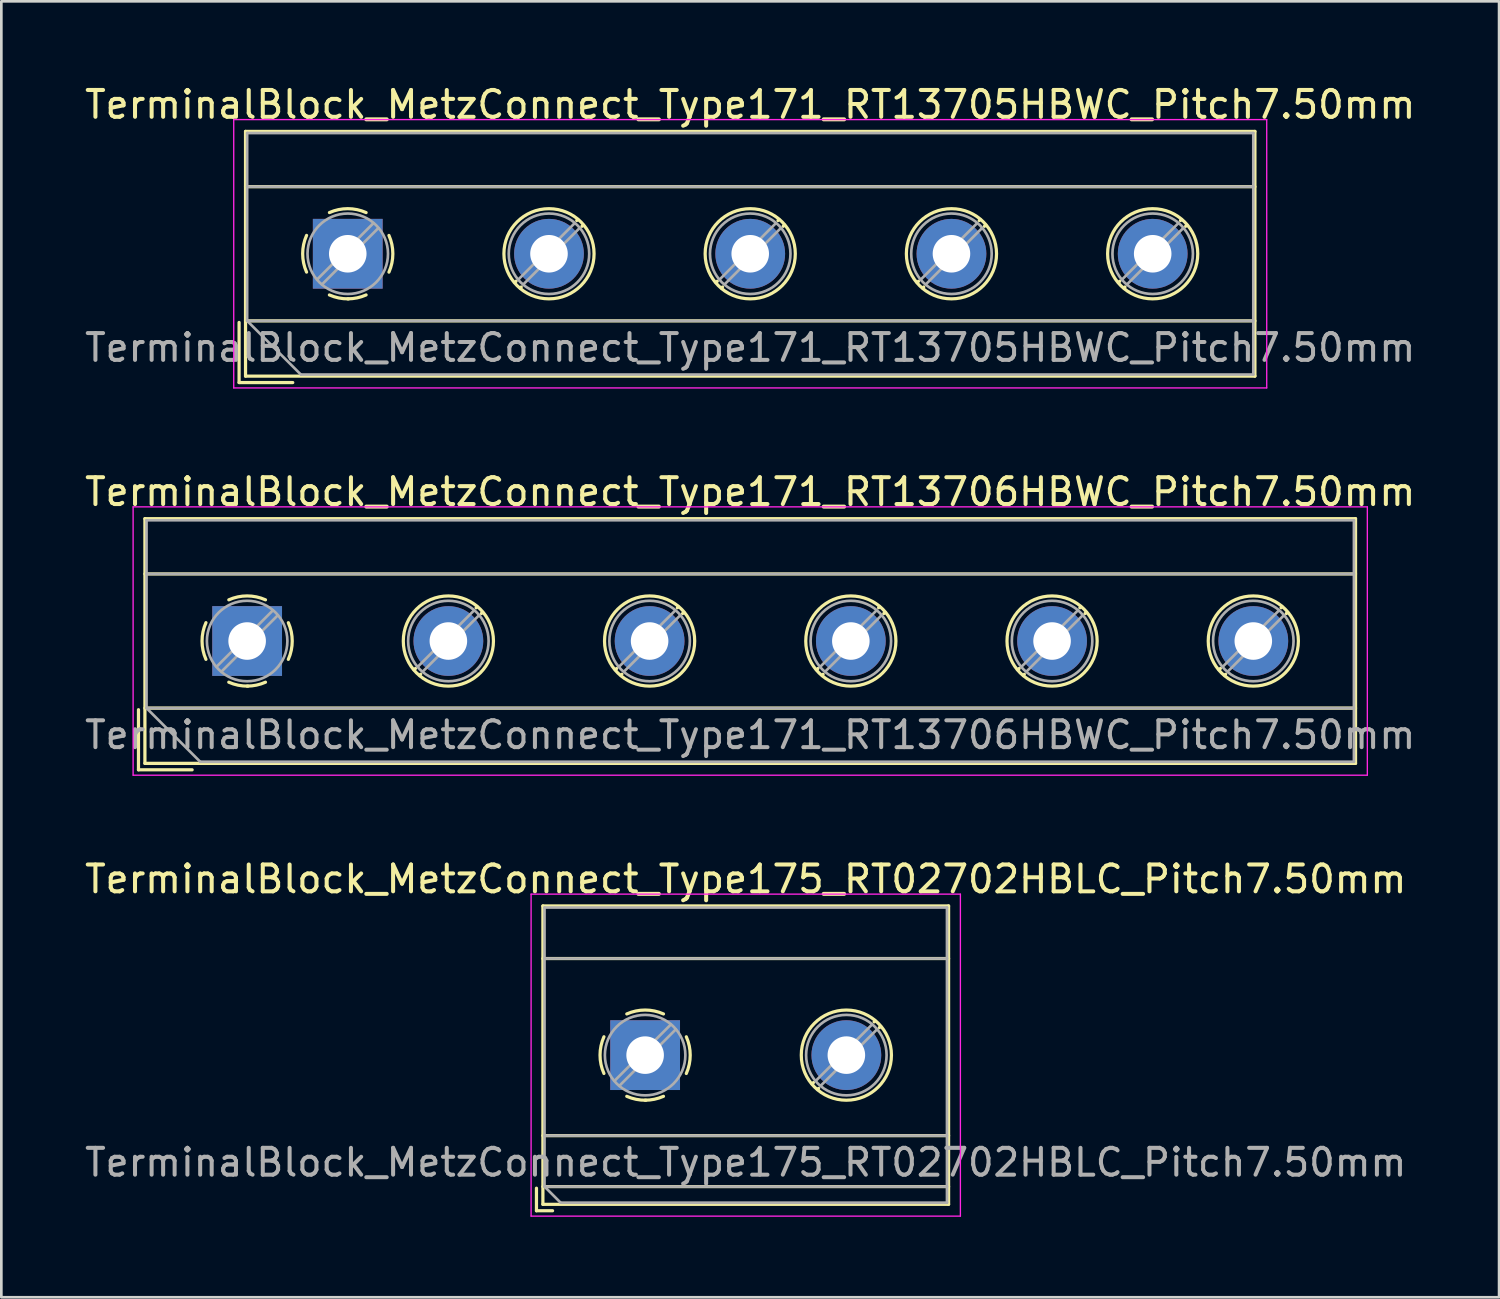
<source format=kicad_pcb>
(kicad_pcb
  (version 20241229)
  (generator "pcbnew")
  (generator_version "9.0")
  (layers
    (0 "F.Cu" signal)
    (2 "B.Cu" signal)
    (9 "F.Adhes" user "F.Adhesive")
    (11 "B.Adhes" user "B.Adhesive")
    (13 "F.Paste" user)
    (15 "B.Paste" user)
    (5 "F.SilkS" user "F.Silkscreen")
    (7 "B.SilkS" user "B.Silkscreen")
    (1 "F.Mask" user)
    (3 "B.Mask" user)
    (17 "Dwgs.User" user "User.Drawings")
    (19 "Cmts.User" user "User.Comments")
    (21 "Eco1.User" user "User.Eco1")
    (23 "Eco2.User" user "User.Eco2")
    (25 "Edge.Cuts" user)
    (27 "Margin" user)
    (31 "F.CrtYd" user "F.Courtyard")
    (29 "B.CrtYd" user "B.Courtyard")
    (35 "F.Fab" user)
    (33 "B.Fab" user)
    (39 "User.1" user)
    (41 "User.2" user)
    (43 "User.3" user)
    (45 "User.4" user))
  (footprint "TerminalBlock_MetzConnect_Type171_RT13706HBWC_Pitch7.50mm"
    (layer "F.Cu")
    (at 6.161 20.841)
    (property "Reference" "TerminalBlock_MetzConnect_Type171_RT13706HBWC_Pitch7.50mm" (at 18.75 -5.56 0) (layer "F.SilkS") (effects (font (size 1 1) (thickness 0.15))))
    (attr through_hole)
    (fp_line (start -4.05 2.56) (end -4.05 4.8) (stroke (width 0.12) (type solid)) (layer "F.SilkS"))
    (fp_line (start -4.05 4.8) (end -2.05 4.8) (stroke (width 0.12) (type solid)) (layer "F.SilkS"))
    (fp_line (start -3.81 -4.56) (end -3.81 4.56) (stroke (width 0.12) (type solid)) (layer "F.SilkS"))
    (fp_line (start -3.81 -2.5) (end 41.31 -2.5) (stroke (width 0.12) (type solid)) (layer "F.SilkS"))
    (fp_line (start -3.81 2.5) (end 41.31 2.5) (stroke (width 0.12) (type solid)) (layer "F.SilkS"))
    (fp_line (start -3.81 4.56) (end 41.31 4.56) (stroke (width 0.12) (type solid)) (layer "F.SilkS"))
    (fp_line (start 6.273 1.023) (end 6.226 1.069) (stroke (width 0.12) (type solid)) (layer "F.SilkS"))
    (fp_line (start 6.466 1.239) (end 6.431 1.274) (stroke (width 0.12) (type solid)) (layer "F.SilkS"))
    (fp_line (start 8.57 -1.275) (end 8.535 -1.239) (stroke (width 0.12) (type solid)) (layer "F.SilkS"))
    (fp_line (start 8.775 -1.069) (end 8.728 -1.023) (stroke (width 0.12) (type solid)) (layer "F.SilkS"))
    (fp_line (start 13.773 1.023) (end 13.726 1.069) (stroke (width 0.12) (type solid)) (layer "F.SilkS"))
    (fp_line (start 13.966 1.239) (end 13.931 1.274) (stroke (width 0.12) (type solid)) (layer "F.SilkS"))
    (fp_line (start 16.07 -1.275) (end 16.035 -1.239) (stroke (width 0.12) (type solid)) (layer "F.SilkS"))
    (fp_line (start 16.275 -1.069) (end 16.228 -1.023) (stroke (width 0.12) (type solid)) (layer "F.SilkS"))
    (fp_line (start 21.273 1.023) (end 21.226 1.069) (stroke (width 0.12) (type solid)) (layer "F.SilkS"))
    (fp_line (start 21.466 1.239) (end 21.431 1.274) (stroke (width 0.12) (type solid)) (layer "F.SilkS"))
    (fp_line (start 23.57 -1.275) (end 23.535 -1.239) (stroke (width 0.12) (type solid)) (layer "F.SilkS"))
    (fp_line (start 23.775 -1.069) (end 23.728 -1.023) (stroke (width 0.12) (type solid)) (layer "F.SilkS"))
    (fp_line (start 28.773 1.023) (end 28.726 1.069) (stroke (width 0.12) (type solid)) (layer "F.SilkS"))
    (fp_line (start 28.966 1.239) (end 28.931 1.274) (stroke (width 0.12) (type solid)) (layer "F.SilkS"))
    (fp_line (start 31.07 -1.275) (end 31.035 -1.239) (stroke (width 0.12) (type solid)) (layer "F.SilkS"))
    (fp_line (start 31.275 -1.069) (end 31.228 -1.023) (stroke (width 0.12) (type solid)) (layer "F.SilkS"))
    (fp_line (start 36.273 1.023) (end 36.226 1.069) (stroke (width 0.12) (type solid)) (layer "F.SilkS"))
    (fp_line (start 36.466 1.239) (end 36.431 1.274) (stroke (width 0.12) (type solid)) (layer "F.SilkS"))
    (fp_line (start 38.57 -1.275) (end 38.535 -1.239) (stroke (width 0.12) (type solid)) (layer "F.SilkS"))
    (fp_line (start 38.775 -1.069) (end 38.728 -1.023) (stroke (width 0.12) (type solid)) (layer "F.SilkS"))
    (fp_line (start 41.31 -4.56) (end -3.81 -4.56) (stroke (width 0.12) (type solid)) (layer "F.SilkS"))
    (fp_line (start 41.31 4.56) (end 41.31 -4.56) (stroke (width 0.12) (type solid)) (layer "F.SilkS"))
    (fp_arc (start -1.535427 0.683042) (mid -1.680501 -0.000524) (end -1.535 -0.684) (stroke (width 0.12) (type solid)) (layer "F.SilkS"))
    (fp_arc (start -0.683042 -1.535427) (mid 0.000524 -1.680501) (end 0.684 -1.535) (stroke (width 0.12) (type solid)) (layer "F.SilkS"))
    (fp_arc (start 0.028805 1.680253) (mid -0.335551 1.646659) (end -0.684 1.535) (stroke (width 0.12) (type solid)) (layer "F.SilkS"))
    (fp_arc (start 0.683318 1.534756) (mid 0.349292 1.643288) (end 0 1.68) (stroke (width 0.12) (type solid)) (layer "F.SilkS"))
    (fp_arc (start 1.535427 -0.683042) (mid 1.680501 0.000524) (end 1.535 0.684) (stroke (width 0.12) (type solid)) (layer "F.SilkS"))
    (fp_circle (center 7.5 0) (end 9.18 0) (stroke (width 0.12) (type solid)) (fill no) (layer "F.SilkS"))
    (fp_circle (center 15 0) (end 16.68 0) (stroke (width 0.12) (type solid)) (fill no) (layer "F.SilkS"))
    (fp_circle (center 22.5 0) (end 24.18 0) (stroke (width 0.12) (type solid)) (fill no) (layer "F.SilkS"))
    (fp_circle (center 30 0) (end 31.68 0) (stroke (width 0.12) (type solid)) (fill no) (layer "F.SilkS"))
    (fp_circle (center 37.5 0) (end 39.18 0) (stroke (width 0.12) (type solid)) (fill no) (layer "F.SilkS"))
    (fp_line (start -4.25 -5) (end -4.25 5) (stroke (width 0.05) (type solid)) (layer "F.CrtYd"))
    (fp_line (start -4.25 5) (end 41.75 5) (stroke (width 0.05) (type solid)) (layer "F.CrtYd"))
    (fp_line (start 41.75 -5) (end -4.25 -5) (stroke (width 0.05) (type solid)) (layer "F.CrtYd"))
    (fp_line (start 41.75 5) (end 41.75 -5) (stroke (width 0.05) (type solid)) (layer "F.CrtYd"))
    (fp_line (start -3.75 -4.5) (end 41.25 -4.5) (stroke (width 0.1) (type solid)) (layer "F.Fab"))
    (fp_line (start -3.75 -2.5) (end 41.25 -2.5) (stroke (width 0.1) (type solid)) (layer "F.Fab"))
    (fp_line (start -3.75 2.5) (end -3.75 -4.5) (stroke (width 0.1) (type solid)) (layer "F.Fab"))
    (fp_line (start -3.75 2.5) (end 41.25 2.5) (stroke (width 0.1) (type solid)) (layer "F.Fab"))
    (fp_line (start -1.75 4.5) (end -3.75 2.5) (stroke (width 0.1) (type solid)) (layer "F.Fab"))
    (fp_line (start 0.955 -1.138) (end -1.138 0.955) (stroke (width 0.1) (type solid)) (layer "F.Fab"))
    (fp_line (start 1.138 -0.955) (end -0.955 1.138) (stroke (width 0.1) (type solid)) (layer "F.Fab"))
    (fp_line (start 8.455 -1.138) (end 6.363 0.955) (stroke (width 0.1) (type solid)) (layer "F.Fab"))
    (fp_line (start 8.638 -0.955) (end 6.546 1.138) (stroke (width 0.1) (type solid)) (layer "F.Fab"))
    (fp_line (start 15.955 -1.138) (end 13.863 0.955) (stroke (width 0.1) (type solid)) (layer "F.Fab"))
    (fp_line (start 16.138 -0.955) (end 14.046 1.138) (stroke (width 0.1) (type solid)) (layer "F.Fab"))
    (fp_line (start 23.455 -1.138) (end 21.363 0.955) (stroke (width 0.1) (type solid)) (layer "F.Fab"))
    (fp_line (start 23.638 -0.955) (end 21.546 1.138) (stroke (width 0.1) (type solid)) (layer "F.Fab"))
    (fp_line (start 30.955 -1.138) (end 28.863 0.955) (stroke (width 0.1) (type solid)) (layer "F.Fab"))
    (fp_line (start 31.138 -0.955) (end 29.046 1.138) (stroke (width 0.1) (type solid)) (layer "F.Fab"))
    (fp_line (start 38.455 -1.138) (end 36.363 0.955) (stroke (width 0.1) (type solid)) (layer "F.Fab"))
    (fp_line (start 38.638 -0.955) (end 36.546 1.138) (stroke (width 0.1) (type solid)) (layer "F.Fab"))
    (fp_line (start 41.25 -4.5) (end 41.25 4.5) (stroke (width 0.1) (type solid)) (layer "F.Fab"))
    (fp_line (start 41.25 4.5) (end -1.75 4.5) (stroke (width 0.1) (type solid)) (layer "F.Fab"))
    (fp_circle (center 0 0) (end 1.5 0) (stroke (width 0.1) (type solid)) (fill no) (layer "F.Fab"))
    (fp_circle (center 7.5 0) (end 9 0) (stroke (width 0.1) (type solid)) (fill no) (layer "F.Fab"))
    (fp_circle (center 15 0) (end 16.5 0) (stroke (width 0.1) (type solid)) (fill no) (layer "F.Fab"))
    (fp_circle (center 22.5 0) (end 24 0) (stroke (width 0.1) (type solid)) (fill no) (layer "F.Fab"))
    (fp_circle (center 30 0) (end 31.5 0) (stroke (width 0.1) (type solid)) (fill no) (layer "F.Fab"))
    (fp_circle (center 37.5 0) (end 39 0) (stroke (width 0.1) (type solid)) (fill no) (layer "F.Fab"))
    (fp_text user "${REFERENCE}" (at 18.75 3.5 0) (layer "F.Fab") (effects (font (size 1 1) (thickness 0.15))))
    (pad "1" thru_hole rect (at 0 0) (size 2.6 2.6) (drill 1.4) (layers "*.Cu" "*.Mask"))
    (pad "2" thru_hole circle (at 7.5 0) (size 2.6 2.6) (drill 1.4) (layers "*.Cu" "*.Mask"))
    (pad "3" thru_hole circle (at 15 0) (size 2.6 2.6) (drill 1.4) (layers "*.Cu" "*.Mask"))
    (pad "4" thru_hole circle (at 22.5 0) (size 2.6 2.6) (drill 1.4) (layers "*.Cu" "*.Mask"))
    (pad "5" thru_hole circle (at 30 0) (size 2.6 2.6) (drill 1.4) (layers "*.Cu" "*.Mask"))
    (pad "6" thru_hole circle (at 37.5 0) (size 2.6 2.6) (drill 1.4) (layers "*.Cu" "*.Mask")))
  (footprint "TerminalBlock_MetzConnect_Type171_RT13705HBWC_Pitch7.50mm"
    (layer "F.Cu")
    (at 9.911 6.408)
    (property "Reference" "TerminalBlock_MetzConnect_Type171_RT13705HBWC_Pitch7.50mm" (at 15 -5.56 0) (layer "F.SilkS") (effects (font (size 1 1) (thickness 0.15))))
    (attr through_hole)
    (fp_line (start -4.05 2.56) (end -4.05 4.8) (stroke (width 0.12) (type solid)) (layer "F.SilkS"))
    (fp_line (start -4.05 4.8) (end -2.05 4.8) (stroke (width 0.12) (type solid)) (layer "F.SilkS"))
    (fp_line (start -3.81 -4.56) (end -3.81 4.56) (stroke (width 0.12) (type solid)) (layer "F.SilkS"))
    (fp_line (start -3.81 -2.5) (end 33.81 -2.5) (stroke (width 0.12) (type solid)) (layer "F.SilkS"))
    (fp_line (start -3.81 2.5) (end 33.81 2.5) (stroke (width 0.12) (type solid)) (layer "F.SilkS"))
    (fp_line (start -3.81 4.56) (end 33.81 4.56) (stroke (width 0.12) (type solid)) (layer "F.SilkS"))
    (fp_line (start 6.273 1.023) (end 6.226 1.069) (stroke (width 0.12) (type solid)) (layer "F.SilkS"))
    (fp_line (start 6.466 1.239) (end 6.431 1.274) (stroke (width 0.12) (type solid)) (layer "F.SilkS"))
    (fp_line (start 8.57 -1.275) (end 8.535 -1.239) (stroke (width 0.12) (type solid)) (layer "F.SilkS"))
    (fp_line (start 8.775 -1.069) (end 8.728 -1.023) (stroke (width 0.12) (type solid)) (layer "F.SilkS"))
    (fp_line (start 13.773 1.023) (end 13.726 1.069) (stroke (width 0.12) (type solid)) (layer "F.SilkS"))
    (fp_line (start 13.966 1.239) (end 13.931 1.274) (stroke (width 0.12) (type solid)) (layer "F.SilkS"))
    (fp_line (start 16.07 -1.275) (end 16.035 -1.239) (stroke (width 0.12) (type solid)) (layer "F.SilkS"))
    (fp_line (start 16.275 -1.069) (end 16.228 -1.023) (stroke (width 0.12) (type solid)) (layer "F.SilkS"))
    (fp_line (start 21.273 1.023) (end 21.226 1.069) (stroke (width 0.12) (type solid)) (layer "F.SilkS"))
    (fp_line (start 21.466 1.239) (end 21.431 1.274) (stroke (width 0.12) (type solid)) (layer "F.SilkS"))
    (fp_line (start 23.57 -1.275) (end 23.535 -1.239) (stroke (width 0.12) (type solid)) (layer "F.SilkS"))
    (fp_line (start 23.775 -1.069) (end 23.728 -1.023) (stroke (width 0.12) (type solid)) (layer "F.SilkS"))
    (fp_line (start 28.773 1.023) (end 28.726 1.069) (stroke (width 0.12) (type solid)) (layer "F.SilkS"))
    (fp_line (start 28.966 1.239) (end 28.931 1.274) (stroke (width 0.12) (type solid)) (layer "F.SilkS"))
    (fp_line (start 31.07 -1.275) (end 31.035 -1.239) (stroke (width 0.12) (type solid)) (layer "F.SilkS"))
    (fp_line (start 31.275 -1.069) (end 31.228 -1.023) (stroke (width 0.12) (type solid)) (layer "F.SilkS"))
    (fp_line (start 33.81 -4.56) (end -3.81 -4.56) (stroke (width 0.12) (type solid)) (layer "F.SilkS"))
    (fp_line (start 33.81 4.56) (end 33.81 -4.56) (stroke (width 0.12) (type solid)) (layer "F.SilkS"))
    (fp_arc (start -1.535427 0.683042) (mid -1.680501 -0.000524) (end -1.535 -0.684) (stroke (width 0.12) (type solid)) (layer "F.SilkS"))
    (fp_arc (start -0.683042 -1.535427) (mid 0.000524 -1.680501) (end 0.684 -1.535) (stroke (width 0.12) (type solid)) (layer "F.SilkS"))
    (fp_arc (start 0.028805 1.680253) (mid -0.335551 1.646659) (end -0.684 1.535) (stroke (width 0.12) (type solid)) (layer "F.SilkS"))
    (fp_arc (start 0.683318 1.534756) (mid 0.349292 1.643288) (end 0 1.68) (stroke (width 0.12) (type solid)) (layer "F.SilkS"))
    (fp_arc (start 1.535427 -0.683042) (mid 1.680501 0.000524) (end 1.535 0.684) (stroke (width 0.12) (type solid)) (layer "F.SilkS"))
    (fp_circle (center 7.5 0) (end 9.18 0) (stroke (width 0.12) (type solid)) (fill no) (layer "F.SilkS"))
    (fp_circle (center 15 0) (end 16.68 0) (stroke (width 0.12) (type solid)) (fill no) (layer "F.SilkS"))
    (fp_circle (center 22.5 0) (end 24.18 0) (stroke (width 0.12) (type solid)) (fill no) (layer "F.SilkS"))
    (fp_circle (center 30 0) (end 31.68 0) (stroke (width 0.12) (type solid)) (fill no) (layer "F.SilkS"))
    (fp_line (start -4.25 -5) (end -4.25 5) (stroke (width 0.05) (type solid)) (layer "F.CrtYd"))
    (fp_line (start -4.25 5) (end 34.25 5) (stroke (width 0.05) (type solid)) (layer "F.CrtYd"))
    (fp_line (start 34.25 -5) (end -4.25 -5) (stroke (width 0.05) (type solid)) (layer "F.CrtYd"))
    (fp_line (start 34.25 5) (end 34.25 -5) (stroke (width 0.05) (type solid)) (layer "F.CrtYd"))
    (fp_line (start -3.75 -4.5) (end 33.75 -4.5) (stroke (width 0.1) (type solid)) (layer "F.Fab"))
    (fp_line (start -3.75 -2.5) (end 33.75 -2.5) (stroke (width 0.1) (type solid)) (layer "F.Fab"))
    (fp_line (start -3.75 2.5) (end -3.75 -4.5) (stroke (width 0.1) (type solid)) (layer "F.Fab"))
    (fp_line (start -3.75 2.5) (end 33.75 2.5) (stroke (width 0.1) (type solid)) (layer "F.Fab"))
    (fp_line (start -1.75 4.5) (end -3.75 2.5) (stroke (width 0.1) (type solid)) (layer "F.Fab"))
    (fp_line (start 0.955 -1.138) (end -1.138 0.955) (stroke (width 0.1) (type solid)) (layer "F.Fab"))
    (fp_line (start 1.138 -0.955) (end -0.955 1.138) (stroke (width 0.1) (type solid)) (layer "F.Fab"))
    (fp_line (start 8.455 -1.138) (end 6.363 0.955) (stroke (width 0.1) (type solid)) (layer "F.Fab"))
    (fp_line (start 8.638 -0.955) (end 6.546 1.138) (stroke (width 0.1) (type solid)) (layer "F.Fab"))
    (fp_line (start 15.955 -1.138) (end 13.863 0.955) (stroke (width 0.1) (type solid)) (layer "F.Fab"))
    (fp_line (start 16.138 -0.955) (end 14.046 1.138) (stroke (width 0.1) (type solid)) (layer "F.Fab"))
    (fp_line (start 23.455 -1.138) (end 21.363 0.955) (stroke (width 0.1) (type solid)) (layer "F.Fab"))
    (fp_line (start 23.638 -0.955) (end 21.546 1.138) (stroke (width 0.1) (type solid)) (layer "F.Fab"))
    (fp_line (start 30.955 -1.138) (end 28.863 0.955) (stroke (width 0.1) (type solid)) (layer "F.Fab"))
    (fp_line (start 31.138 -0.955) (end 29.046 1.138) (stroke (width 0.1) (type solid)) (layer "F.Fab"))
    (fp_line (start 33.75 -4.5) (end 33.75 4.5) (stroke (width 0.1) (type solid)) (layer "F.Fab"))
    (fp_line (start 33.75 4.5) (end -1.75 4.5) (stroke (width 0.1) (type solid)) (layer "F.Fab"))
    (fp_circle (center 0 0) (end 1.5 0) (stroke (width 0.1) (type solid)) (fill no) (layer "F.Fab"))
    (fp_circle (center 7.5 0) (end 9 0) (stroke (width 0.1) (type solid)) (fill no) (layer "F.Fab"))
    (fp_circle (center 15 0) (end 16.5 0) (stroke (width 0.1) (type solid)) (fill no) (layer "F.Fab"))
    (fp_circle (center 22.5 0) (end 24 0) (stroke (width 0.1) (type solid)) (fill no) (layer "F.Fab"))
    (fp_circle (center 30 0) (end 31.5 0) (stroke (width 0.1) (type solid)) (fill no) (layer "F.Fab"))
    (fp_text user "${REFERENCE}" (at 15 3.5 0) (layer "F.Fab") (effects (font (size 1 1) (thickness 0.15))))
    (pad "1" thru_hole rect (at 0 0) (size 2.6 2.6) (drill 1.4) (layers "*.Cu" "*.Mask"))
    (pad "2" thru_hole circle (at 7.5 0) (size 2.6 2.6) (drill 1.4) (layers "*.Cu" "*.Mask"))
    (pad "3" thru_hole circle (at 15 0) (size 2.6 2.6) (drill 1.4) (layers "*.Cu" "*.Mask"))
    (pad "4" thru_hole circle (at 22.5 0) (size 2.6 2.6) (drill 1.4) (layers "*.Cu" "*.Mask"))
    (pad "5" thru_hole circle (at 30 0) (size 2.6 2.6) (drill 1.4) (layers "*.Cu" "*.Mask")))
  (footprint "TerminalBlock_MetzConnect_Type175_RT02702HBLC_Pitch7.50mm"
    (layer "F.Cu")
    (at 20.994 36.275)
    (property "Reference" "TerminalBlock_MetzConnect_Type175_RT02702HBLC_Pitch7.50mm" (at 3.75 -6.56 0) (layer "F.SilkS") (effects (font (size 1 1) (thickness 0.15))))
    (attr through_hole)
    (fp_line (start -4.05 4.96) (end -4.05 5.8) (stroke (width 0.12) (type solid)) (layer "F.SilkS"))
    (fp_line (start -4.05 5.8) (end -3.45 5.8) (stroke (width 0.12) (type solid)) (layer "F.SilkS"))
    (fp_line (start -3.81 -5.56) (end -3.81 5.56) (stroke (width 0.12) (type solid)) (layer "F.SilkS"))
    (fp_line (start -3.81 -3.6) (end 11.31 -3.6) (stroke (width 0.12) (type solid)) (layer "F.SilkS"))
    (fp_line (start -3.81 3) (end 11.31 3) (stroke (width 0.12) (type solid)) (layer "F.SilkS"))
    (fp_line (start -3.81 4.9) (end 11.31 4.9) (stroke (width 0.12) (type solid)) (layer "F.SilkS"))
    (fp_line (start -3.81 5.56) (end 11.31 5.56) (stroke (width 0.12) (type solid)) (layer "F.SilkS"))
    (fp_line (start 6.273 1.023) (end 6.226 1.069) (stroke (width 0.12) (type solid)) (layer "F.SilkS"))
    (fp_line (start 6.466 1.239) (end 6.431 1.274) (stroke (width 0.12) (type solid)) (layer "F.SilkS"))
    (fp_line (start 8.57 -1.275) (end 8.535 -1.239) (stroke (width 0.12) (type solid)) (layer "F.SilkS"))
    (fp_line (start 8.775 -1.069) (end 8.728 -1.023) (stroke (width 0.12) (type solid)) (layer "F.SilkS"))
    (fp_line (start 11.31 -5.56) (end -3.81 -5.56) (stroke (width 0.12) (type solid)) (layer "F.SilkS"))
    (fp_line (start 11.31 5.56) (end 11.31 -5.56) (stroke (width 0.12) (type solid)) (layer "F.SilkS"))
    (fp_arc (start -1.535427 0.683042) (mid -1.680501 -0.000524) (end -1.535 -0.684) (stroke (width 0.12) (type solid)) (layer "F.SilkS"))
    (fp_arc (start -0.683042 -1.535427) (mid 0.000524 -1.680501) (end 0.684 -1.535) (stroke (width 0.12) (type solid)) (layer "F.SilkS"))
    (fp_arc (start 0.028805 1.680253) (mid -0.335551 1.646659) (end -0.684 1.535) (stroke (width 0.12) (type solid)) (layer "F.SilkS"))
    (fp_arc (start 0.683318 1.534756) (mid 0.349292 1.643288) (end 0 1.68) (stroke (width 0.12) (type solid)) (layer "F.SilkS"))
    (fp_arc (start 1.535427 -0.683042) (mid 1.680501 0.000524) (end 1.535 0.684) (stroke (width 0.12) (type solid)) (layer "F.SilkS"))
    (fp_circle (center 7.5 0) (end 9.18 0) (stroke (width 0.12) (type solid)) (fill no) (layer "F.SilkS"))
    (fp_line (start -4.25 -6) (end -4.25 6) (stroke (width 0.05) (type solid)) (layer "F.CrtYd"))
    (fp_line (start -4.25 6) (end 11.75 6) (stroke (width 0.05) (type solid)) (layer "F.CrtYd"))
    (fp_line (start 11.75 -6) (end -4.25 -6) (stroke (width 0.05) (type solid)) (layer "F.CrtYd"))
    (fp_line (start 11.75 6) (end 11.75 -6) (stroke (width 0.05) (type solid)) (layer "F.CrtYd"))
    (fp_line (start -3.75 -5.5) (end 11.25 -5.5) (stroke (width 0.1) (type solid)) (layer "F.Fab"))
    (fp_line (start -3.75 -3.6) (end 11.25 -3.6) (stroke (width 0.1) (type solid)) (layer "F.Fab"))
    (fp_line (start -3.75 3) (end 11.25 3) (stroke (width 0.1) (type solid)) (layer "F.Fab"))
    (fp_line (start -3.75 4.9) (end -3.75 -5.5) (stroke (width 0.1) (type solid)) (layer "F.Fab"))
    (fp_line (start -3.75 4.9) (end 11.25 4.9) (stroke (width 0.1) (type solid)) (layer "F.Fab"))
    (fp_line (start -3.15 5.5) (end -3.75 4.9) (stroke (width 0.1) (type solid)) (layer "F.Fab"))
    (fp_line (start 0.955 -1.138) (end -1.138 0.955) (stroke (width 0.1) (type solid)) (layer "F.Fab"))
    (fp_line (start 1.138 -0.955) (end -0.955 1.138) (stroke (width 0.1) (type solid)) (layer "F.Fab"))
    (fp_line (start 8.455 -1.138) (end 6.363 0.955) (stroke (width 0.1) (type solid)) (layer "F.Fab"))
    (fp_line (start 8.638 -0.955) (end 6.546 1.138) (stroke (width 0.1) (type solid)) (layer "F.Fab"))
    (fp_line (start 11.25 -5.5) (end 11.25 5.5) (stroke (width 0.1) (type solid)) (layer "F.Fab"))
    (fp_line (start 11.25 5.5) (end -3.15 5.5) (stroke (width 0.1) (type solid)) (layer "F.Fab"))
    (fp_circle (center 0 0) (end 1.5 0) (stroke (width 0.1) (type solid)) (fill no) (layer "F.Fab"))
    (fp_circle (center 7.5 0) (end 9 0) (stroke (width 0.1) (type solid)) (fill no) (layer "F.Fab"))
    (fp_text user "${REFERENCE}" (at 3.75 4 0) (layer "F.Fab") (effects (font (size 1 1) (thickness 0.15))))
    (pad "1" thru_hole rect (at 0 0) (size 2.6 2.6) (drill 1.4) (layers "*.Cu" "*.Mask"))
    (pad "2" thru_hole circle (at 7.5 0) (size 2.6 2.6) (drill 1.4) (layers "*.Cu" "*.Mask")))
  (gr_rect
    (start -3 -3)
    (end 52.821 45.3)
    (stroke (width 0.1) (type default))
    (fill no)
    (layer "Edge.Cuts")))
</source>
